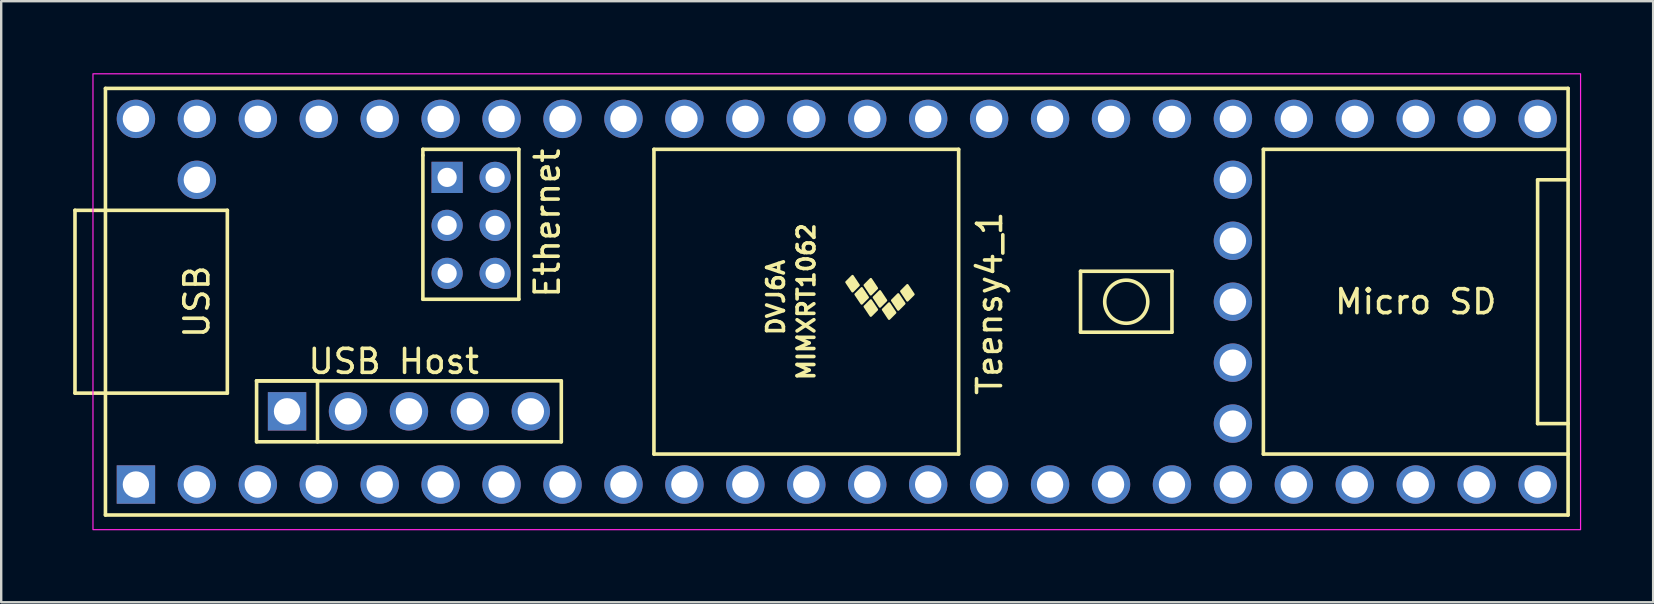
<source format=kicad_pcb>
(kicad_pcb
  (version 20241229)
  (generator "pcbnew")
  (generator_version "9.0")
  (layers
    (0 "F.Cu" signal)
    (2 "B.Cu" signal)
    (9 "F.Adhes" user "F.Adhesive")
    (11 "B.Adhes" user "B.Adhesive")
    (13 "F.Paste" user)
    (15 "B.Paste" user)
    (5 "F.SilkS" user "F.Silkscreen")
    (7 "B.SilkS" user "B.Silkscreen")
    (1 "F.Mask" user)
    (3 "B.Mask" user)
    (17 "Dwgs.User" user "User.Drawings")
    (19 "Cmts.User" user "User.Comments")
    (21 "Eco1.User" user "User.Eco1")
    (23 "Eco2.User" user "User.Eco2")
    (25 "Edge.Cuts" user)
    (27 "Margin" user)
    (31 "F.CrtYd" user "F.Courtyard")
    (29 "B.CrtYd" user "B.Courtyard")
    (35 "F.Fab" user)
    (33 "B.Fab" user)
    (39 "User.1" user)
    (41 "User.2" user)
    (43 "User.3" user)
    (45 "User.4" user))
  (footprint "Teensy4_1"
    (layer "F.Cu")
    (at 31.825 9.525)
    (property "Reference" "Teensy4_1" (at 6.37 0.068 270) (layer "F.SilkS") (effects (font (size 1 1) (thickness 0.15))))
    (attr through_hole)
    (fp_line (start -31.75 -3.81) (end -31.75 3.81) (stroke (width 0.15) (type solid)) (layer "F.SilkS"))
    (fp_line (start -31.75 3.81) (end -30.48 3.81) (stroke (width 0.15) (type solid)) (layer "F.SilkS"))
    (fp_line (start -30.48 -8.89) (end -30.48 8.89) (stroke (width 0.15) (type solid)) (layer "F.SilkS"))
    (fp_line (start -30.48 -3.81) (end -31.75 -3.81) (stroke (width 0.15) (type solid)) (layer "F.SilkS"))
    (fp_line (start -30.48 -3.81) (end -25.4 -3.81) (stroke (width 0.15) (type solid)) (layer "F.SilkS"))
    (fp_line (start -30.48 3.81) (end -25.4 3.81) (stroke (width 0.15) (type solid)) (layer "F.SilkS"))
    (fp_line (start -30.48 8.89) (end 30.48 8.89) (stroke (width 0.15) (type solid)) (layer "F.SilkS"))
    (fp_line (start -25.4 -3.81) (end -25.4 3.81) (stroke (width 0.15) (type solid)) (layer "F.SilkS"))
    (fp_line (start -24.181 3.299) (end -24.181 5.839) (stroke (width 0.15) (type solid)) (layer "F.SilkS"))
    (fp_line (start -24.181 5.839) (end -11.481 5.839) (stroke (width 0.15) (type solid)) (layer "F.SilkS"))
    (fp_line (start -21.641 3.299) (end -24.181 3.299) (stroke (width 0.15) (type solid)) (layer "F.SilkS"))
    (fp_line (start -21.641 5.839) (end -21.641 3.299) (stroke (width 0.15) (type solid)) (layer "F.SilkS"))
    (fp_line (start -17.25 -6.352) (end -13.25 -6.352) (stroke (width 0.15) (type solid)) (layer "F.SilkS"))
    (fp_line (start -17.25 -6.102) (end -17.25 -6.352) (stroke (width 0.15) (type solid)) (layer "F.SilkS"))
    (fp_line (start -17.25 -0.102) (end -17.25 -6.102) (stroke (width 0.15) (type solid)) (layer "F.SilkS"))
    (fp_line (start -13.25 -6.352) (end -13.25 -0.102) (stroke (width 0.15) (type solid)) (layer "F.SilkS"))
    (fp_line (start -13.25 -0.102) (end -17.25 -0.102) (stroke (width 0.15) (type solid)) (layer "F.SilkS"))
    (fp_line (start -11.481 3.299) (end -24.181 3.299) (stroke (width 0.15) (type solid)) (layer "F.SilkS"))
    (fp_line (start -11.481 5.839) (end -11.481 3.299) (stroke (width 0.15) (type solid)) (layer "F.SilkS"))
    (fp_line (start -7.62 -6.35) (end 5.08 -6.35) (stroke (width 0.15) (type solid)) (layer "F.SilkS"))
    (fp_line (start -7.62 6.35) (end -7.62 -6.35) (stroke (width 0.15) (type solid)) (layer "F.SilkS"))
    (fp_line (start 5.08 -6.35) (end 5.08 6.35) (stroke (width 0.15) (type solid)) (layer "F.SilkS"))
    (fp_line (start 5.08 6.35) (end -7.62 6.35) (stroke (width 0.15) (type solid)) (layer "F.SilkS"))
    (fp_line (start 10.16 -1.27) (end 10.16 1.27) (stroke (width 0.15) (type solid)) (layer "F.SilkS"))
    (fp_line (start 10.16 1.27) (end 13.97 1.27) (stroke (width 0.15) (type solid)) (layer "F.SilkS"))
    (fp_line (start 13.97 -1.27) (end 10.16 -1.27) (stroke (width 0.15) (type solid)) (layer "F.SilkS"))
    (fp_line (start 13.97 1.27) (end 13.97 -1.27) (stroke (width 0.15) (type solid)) (layer "F.SilkS"))
    (fp_line (start 17.78 -6.35) (end 30.48 -6.35) (stroke (width 0.15) (type solid)) (layer "F.SilkS"))
    (fp_line (start 17.78 6.35) (end 17.78 -6.35) (stroke (width 0.15) (type solid)) (layer "F.SilkS"))
    (fp_line (start 29.21 -5.08) (end 30.48 -5.08) (stroke (width 0.15) (type solid)) (layer "F.SilkS"))
    (fp_line (start 29.21 5.08) (end 29.21 -5.08) (stroke (width 0.15) (type solid)) (layer "F.SilkS"))
    (fp_line (start 30.48 -8.89) (end -30.48 -8.89) (stroke (width 0.15) (type solid)) (layer "F.SilkS"))
    (fp_line (start 30.48 5.08) (end 29.21 5.08) (stroke (width 0.15) (type solid)) (layer "F.SilkS"))
    (fp_line (start 30.48 6.35) (end 17.78 6.35) (stroke (width 0.15) (type solid)) (layer "F.SilkS"))
    (fp_line (start 30.48 8.89) (end 30.48 -8.89) (stroke (width 0.15) (type solid)) (layer "F.SilkS"))
    (fp_circle (center 12.065 0) (end 12.7 -0.635) (stroke (width 0.15) (type solid)) (fill no) (layer "F.SilkS"))
    (fp_poly (pts (xy 0.911 -0.688) (xy 0.657 -0.434) (xy 0.403 -0.815) (xy 0.657 -1.069)) (stroke (width 0.1) (type solid)) (fill yes) (layer "F.SilkS"))
    (fp_poly (pts (xy 1.292 -0.18) (xy 1.038 0.074) (xy 0.784 -0.307) (xy 1.038 -0.561)) (stroke (width 0.1) (type solid)) (fill yes) (layer "F.SilkS"))
    (fp_poly (pts (xy 1.673 -0.561) (xy 1.419 -0.307) (xy 1.165 -0.688) (xy 1.419 -0.942)) (stroke (width 0.1) (type solid)) (fill yes) (layer "F.SilkS"))
    (fp_poly (pts (xy 1.673 0.328) (xy 1.419 0.582) (xy 1.165 0.201) (xy 1.419 -0.053)) (stroke (width 0.1) (type solid)) (fill yes) (layer "F.SilkS"))
    (fp_poly (pts (xy 2.054 -0.053) (xy 1.8 0.201) (xy 1.546 -0.18) (xy 1.8 -0.434)) (stroke (width 0.1) (type solid)) (fill yes) (layer "F.SilkS"))
    (fp_poly (pts (xy 2.435 0.455) (xy 2.181 0.709) (xy 1.927 0.328) (xy 2.181 0.074)) (stroke (width 0.1) (type solid)) (fill yes) (layer "F.SilkS"))
    (fp_poly (pts (xy 2.816 0.074) (xy 2.562 0.328) (xy 2.308 -0.053) (xy 2.562 -0.307)) (stroke (width 0.1) (type solid)) (fill yes) (layer "F.SilkS"))
    (fp_poly (pts (xy 3.197 -0.307) (xy 2.943 -0.053) (xy 2.689 -0.434) (xy 2.943 -0.688)) (stroke (width 0.1) (type solid)) (fill yes) (layer "F.SilkS"))
    (fp_rect (start -31 -9.5) (end 31 9.5) (stroke (width 0.05) (type default)) (fill no) (layer "F.CrtYd"))
    (fp_text user "Micro SD" (at 24.13 0 180) (layer "F.SilkS") (effects (font (size 1 1) (thickness 0.15))))
    (fp_text user "MIMXRT1062" (at -1.27 0 270) (layer "F.SilkS") (effects (font (size 0.7 0.7) (thickness 0.15))))
    (fp_text user "USB" (at -26.67 0 270) (layer "F.SilkS") (effects (font (size 1 1) (thickness 0.15))))
    (fp_text user "Ethernet" (at -12.065 -3.277 270) (layer "F.SilkS") (effects (font (size 1 1) (thickness 0.15))))
    (fp_text user "DVJ6A" (at -2.54 -0.18 270) (layer "F.SilkS") (effects (font (size 0.7 0.7) (thickness 0.15))))
    (fp_text user "USB Host" (at -18.466 2.489 180) (layer "F.SilkS") (effects (font (size 1 1) (thickness 0.15))))
    (pad "1" thru_hole rect (at -29.21 7.62) (size 1.6 1.6) (drill 1.1) (layers "*.Cu" "*.Mask"))
    (pad "2" thru_hole circle (at -26.67 7.62) (size 1.6 1.6) (drill 1.1) (layers "*.Cu" "*.Mask"))
    (pad "3" thru_hole circle (at -24.13 7.62) (size 1.6 1.6) (drill 1.1) (layers "*.Cu" "*.Mask"))
    (pad "4" thru_hole circle (at -21.59 7.62) (size 1.6 1.6) (drill 1.1) (layers "*.Cu" "*.Mask"))
    (pad "5" thru_hole circle (at -19.05 7.62) (size 1.6 1.6) (drill 1.1) (layers "*.Cu" "*.Mask"))
    (pad "6" thru_hole circle (at -16.51 7.62) (size 1.6 1.6) (drill 1.1) (layers "*.Cu" "*.Mask"))
    (pad "7" thru_hole circle (at -13.97 7.62) (size 1.6 1.6) (drill 1.1) (layers "*.Cu" "*.Mask"))
    (pad "8" thru_hole circle (at -11.43 7.62) (size 1.6 1.6) (drill 1.1) (layers "*.Cu" "*.Mask"))
    (pad "9" thru_hole circle (at -8.89 7.62) (size 1.6 1.6) (drill 1.1) (layers "*.Cu" "*.Mask"))
    (pad "10" thru_hole circle (at -6.35 7.62) (size 1.6 1.6) (drill 1.1) (layers "*.Cu" "*.Mask"))
    (pad "11" thru_hole circle (at -3.81 7.62) (size 1.6 1.6) (drill 1.1) (layers "*.Cu" "*.Mask"))
    (pad "12" thru_hole circle (at -1.27 7.62) (size 1.6 1.6) (drill 1.1) (layers "*.Cu" "*.Mask"))
    (pad "13" thru_hole circle (at 1.27 7.62) (size 1.6 1.6) (drill 1.1) (layers "*.Cu" "*.Mask"))
    (pad "14" thru_hole circle (at 3.81 7.62) (size 1.6 1.6) (drill 1.1) (layers "*.Cu" "*.Mask"))
    (pad "15" thru_hole circle (at 6.35 7.62) (size 1.6 1.6) (drill 1.1) (layers "*.Cu" "*.Mask"))
    (pad "16" thru_hole circle (at 8.89 7.62) (size 1.6 1.6) (drill 1.1) (layers "*.Cu" "*.Mask"))
    (pad "17" thru_hole circle (at 11.43 7.62) (size 1.6 1.6) (drill 1.1) (layers "*.Cu" "*.Mask"))
    (pad "18" thru_hole circle (at 13.97 7.62) (size 1.6 1.6) (drill 1.1) (layers "*.Cu" "*.Mask"))
    (pad "19" thru_hole circle (at 16.51 7.62) (size 1.6 1.6) (drill 1.1) (layers "*.Cu" "*.Mask"))
    (pad "20" thru_hole circle (at 19.05 7.62) (size 1.6 1.6) (drill 1.1) (layers "*.Cu" "*.Mask"))
    (pad "21" thru_hole circle (at 21.59 7.62) (size 1.6 1.6) (drill 1.1) (layers "*.Cu" "*.Mask"))
    (pad "22" thru_hole circle (at 24.13 7.62) (size 1.6 1.6) (drill 1.1) (layers "*.Cu" "*.Mask"))
    (pad "23" thru_hole circle (at 26.67 7.62) (size 1.6 1.6) (drill 1.1) (layers "*.Cu" "*.Mask"))
    (pad "24" thru_hole circle (at 29.21 7.62) (size 1.6 1.6) (drill 1.1) (layers "*.Cu" "*.Mask"))
    (pad "25" thru_hole circle (at 29.21 -7.62) (size 1.6 1.6) (drill 1.1) (layers "*.Cu" "*.Mask"))
    (pad "26" thru_hole circle (at 26.67 -7.62) (size 1.6 1.6) (drill 1.1) (layers "*.Cu" "*.Mask"))
    (pad "27" thru_hole circle (at 24.13 -7.62) (size 1.6 1.6) (drill 1.1) (layers "*.Cu" "*.Mask"))
    (pad "28" thru_hole circle (at 21.59 -7.62) (size 1.6 1.6) (drill 1.1) (layers "*.Cu" "*.Mask"))
    (pad "29" thru_hole circle (at 19.05 -7.62) (size 1.6 1.6) (drill 1.1) (layers "*.Cu" "*.Mask"))
    (pad "30" thru_hole circle (at 16.51 -7.62) (size 1.6 1.6) (drill 1.1) (layers "*.Cu" "*.Mask"))
    (pad "31" thru_hole circle (at 13.97 -7.62) (size 1.6 1.6) (drill 1.1) (layers "*.Cu" "*.Mask"))
    (pad "32" thru_hole circle (at 11.43 -7.62) (size 1.6 1.6) (drill 1.1) (layers "*.Cu" "*.Mask"))
    (pad "33" thru_hole circle (at 8.89 -7.62) (size 1.6 1.6) (drill 1.1) (layers "*.Cu" "*.Mask"))
    (pad "34" thru_hole circle (at 6.35 -7.62) (size 1.6 1.6) (drill 1.1) (layers "*.Cu" "*.Mask"))
    (pad "35" thru_hole circle (at 3.81 -7.62) (size 1.6 1.6) (drill 1.1) (layers "*.Cu" "*.Mask"))
    (pad "36" thru_hole circle (at 1.27 -7.62) (size 1.6 1.6) (drill 1.1) (layers "*.Cu" "*.Mask"))
    (pad "37" thru_hole circle (at -1.27 -7.62) (size 1.6 1.6) (drill 1.1) (layers "*.Cu" "*.Mask"))
    (pad "38" thru_hole circle (at -3.81 -7.62) (size 1.6 1.6) (drill 1.1) (layers "*.Cu" "*.Mask"))
    (pad "39" thru_hole circle (at -6.35 -7.62) (size 1.6 1.6) (drill 1.1) (layers "*.Cu" "*.Mask"))
    (pad "40" thru_hole circle (at -8.89 -7.62) (size 1.6 1.6) (drill 1.1) (layers "*.Cu" "*.Mask"))
    (pad "41" thru_hole circle (at -11.43 -7.62) (size 1.6 1.6) (drill 1.1) (layers "*.Cu" "*.Mask"))
    (pad "42" thru_hole circle (at -13.97 -7.62) (size 1.6 1.6) (drill 1.1) (layers "*.Cu" "*.Mask"))
    (pad "43" thru_hole circle (at -16.51 -7.62) (size 1.6 1.6) (drill 1.1) (layers "*.Cu" "*.Mask"))
    (pad "44" thru_hole circle (at -19.05 -7.62) (size 1.6 1.6) (drill 1.1) (layers "*.Cu" "*.Mask"))
    (pad "45" thru_hole circle (at -21.59 -7.62) (size 1.6 1.6) (drill 1.1) (layers "*.Cu" "*.Mask"))
    (pad "46" thru_hole circle (at -24.13 -7.62) (size 1.6 1.6) (drill 1.1) (layers "*.Cu" "*.Mask"))
    (pad "47" thru_hole circle (at -26.67 -7.62) (size 1.6 1.6) (drill 1.1) (layers "*.Cu" "*.Mask"))
    (pad "48" thru_hole circle (at -29.21 -7.62) (size 1.6 1.6) (drill 1.1) (layers "*.Cu" "*.Mask"))
    (pad "49" thru_hole circle (at -26.67 -5.08) (size 1.6 1.6) (drill 1.1) (layers "*.Cu" "*.Mask"))
    (pad "50" thru_hole circle (at 16.51 5.08) (size 1.6 1.6) (drill 1.1) (layers "*.Cu" "*.Mask"))
    (pad "51" thru_hole circle (at 16.51 2.54) (size 1.6 1.6) (drill 1.1) (layers "*.Cu" "*.Mask"))
    (pad "52" thru_hole circle (at 16.51 0) (size 1.6 1.6) (drill 1.1) (layers "*.Cu" "*.Mask"))
    (pad "53" thru_hole circle (at 16.51 -2.54) (size 1.6 1.6) (drill 1.1) (layers "*.Cu" "*.Mask"))
    (pad "54" thru_hole circle (at 16.51 -5.08) (size 1.6 1.6) (drill 1.1) (layers "*.Cu" "*.Mask"))
    (pad "55" thru_hole rect (at -22.911 4.569) (size 1.6 1.6) (drill 1.1) (layers "*.Cu" "*.Mask"))
    (pad "56" thru_hole circle (at -20.371 4.569) (size 1.6 1.6) (drill 1.1) (layers "*.Cu" "*.Mask"))
    (pad "57" thru_hole circle (at -17.831 4.569) (size 1.6 1.6) (drill 1.1) (layers "*.Cu" "*.Mask"))
    (pad "58" thru_hole circle (at -15.291 4.569) (size 1.6 1.6) (drill 1.1) (layers "*.Cu" "*.Mask"))
    (pad "59" thru_hole circle (at -12.751 4.569) (size 1.6 1.6) (drill 1.1) (layers "*.Cu" "*.Mask"))
    (pad "60" thru_hole rect (at -16.24 -5.182) (size 1.3 1.3) (drill 0.8) (layers "*.Cu" "*.Mask"))
    (pad "61" thru_hole circle (at -16.24 -3.182) (size 1.3 1.3) (drill 0.8) (layers "*.Cu" "*.Mask"))
    (pad "62" thru_hole circle (at -16.24 -1.182) (size 1.3 1.3) (drill 0.8) (layers "*.Cu" "*.Mask"))
    (pad "63" thru_hole circle (at -14.24 -1.182) (size 1.3 1.3) (drill 0.8) (layers "*.Cu" "*.Mask"))
    (pad "64" thru_hole circle (at -14.24 -3.182) (size 1.3 1.3) (drill 0.8) (layers "*.Cu" "*.Mask"))
    (pad "65" thru_hole circle (at -14.24 -5.182) (size 1.3 1.3) (drill 0.8) (layers "*.Cu" "*.Mask")))
  (gr_rect
    (start -3 -3)
    (end 65.85 22.05)
    (stroke (width 0.1) (type default))
    (fill no)
    (layer "Edge.Cuts")))
</source>
